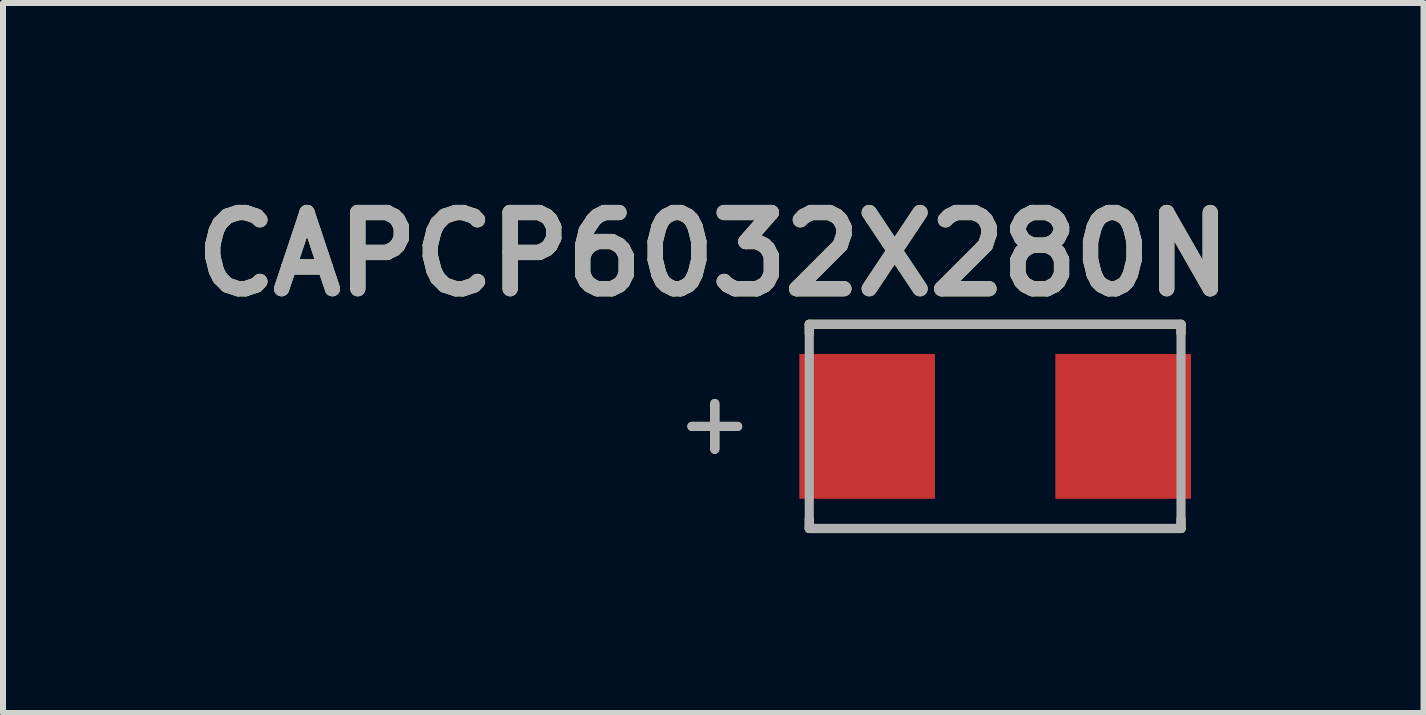
<source format=kicad_pcb>
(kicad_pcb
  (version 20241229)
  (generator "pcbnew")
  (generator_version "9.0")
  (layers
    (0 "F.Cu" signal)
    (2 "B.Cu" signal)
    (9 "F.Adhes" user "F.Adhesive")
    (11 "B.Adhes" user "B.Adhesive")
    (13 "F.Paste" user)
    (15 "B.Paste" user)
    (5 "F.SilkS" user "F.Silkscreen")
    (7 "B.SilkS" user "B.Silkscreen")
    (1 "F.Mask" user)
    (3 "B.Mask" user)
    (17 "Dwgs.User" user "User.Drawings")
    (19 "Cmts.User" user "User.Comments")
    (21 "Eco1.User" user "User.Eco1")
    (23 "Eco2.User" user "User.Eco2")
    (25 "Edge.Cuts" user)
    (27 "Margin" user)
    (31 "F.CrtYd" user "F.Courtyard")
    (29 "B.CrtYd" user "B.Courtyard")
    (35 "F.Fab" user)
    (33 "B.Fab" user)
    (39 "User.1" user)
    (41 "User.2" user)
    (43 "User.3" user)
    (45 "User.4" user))
  (footprint "CAPCP6032X280N"
    (layer "F.Cu")
    (at 13.541 4.059)
    (property "Reference" "CAPCP6032X280N" (at -4.699 -2.87 0) (layer "F.SilkS") (effects (font (size 1.27 1.27) (thickness 0.254))))
    (attr smd)
    (fp_line (start -4.674 -0.381) (end -4.674 0.381) (stroke (width 0.152) (type solid)) (layer "F.SilkS"))
    (fp_line (start -4.293 0) (end -5.055 0) (stroke (width 0.152) (type solid)) (layer "F.SilkS"))
    (fp_line (start -3.099 -1.702) (end -3.099 -1.549) (stroke (width 0.152) (type solid)) (layer "F.SilkS"))
    (fp_line (start -3.099 1.549) (end -3.099 1.702) (stroke (width 0.152) (type solid)) (layer "F.SilkS"))
    (fp_line (start -3.099 1.702) (end 3.099 1.702) (stroke (width 0.152) (type solid)) (layer "F.SilkS"))
    (fp_line (start 3.099 -1.702) (end -3.099 -1.702) (stroke (width 0.152) (type solid)) (layer "F.SilkS"))
    (fp_line (start 3.099 -1.549) (end 3.099 -1.702) (stroke (width 0.152) (type solid)) (layer "F.SilkS"))
    (fp_line (start 3.099 1.702) (end 3.099 1.549) (stroke (width 0.152) (type solid)) (layer "F.SilkS"))
    (fp_line (start -4.674 -0.381) (end -4.674 0.381) (stroke (width 0.152) (type solid)) (layer "F.Fab"))
    (fp_line (start -4.293 0) (end -5.055 0) (stroke (width 0.152) (type solid)) (layer "F.Fab"))
    (fp_line (start -3.099 -1.702) (end -3.099 1.702) (stroke (width 0.152) (type solid)) (layer "F.Fab"))
    (fp_line (start -3.099 1.702) (end 3.099 1.702) (stroke (width 0.152) (type solid)) (layer "F.Fab"))
    (fp_line (start 3.099 -1.702) (end -3.099 -1.702) (stroke (width 0.152) (type solid)) (layer "F.Fab"))
    (fp_line (start 3.099 1.702) (end 3.099 -1.702) (stroke (width 0.152) (type solid)) (layer "F.Fab"))
    (fp_text user "${REFERENCE}" (at -4.699 -2.87 0) (layer "F.Fab") (effects (font (size 1.27 1.27) (thickness 0.254))))
    (pad "1" smd rect (at -2.134 0) (size 2.261 2.413) (layers "F.Cu" "F.Mask" "F.Paste"))
    (pad "2" smd rect (at 2.134 0) (size 2.261 2.413) (layers "F.Cu" "F.Mask" "F.Paste")))
  (gr_rect
    (start -3 -3)
    (end 20.683 8.837)
    (stroke (width 0.1) (type default))
    (fill no)
    (layer "Edge.Cuts")))
</source>
